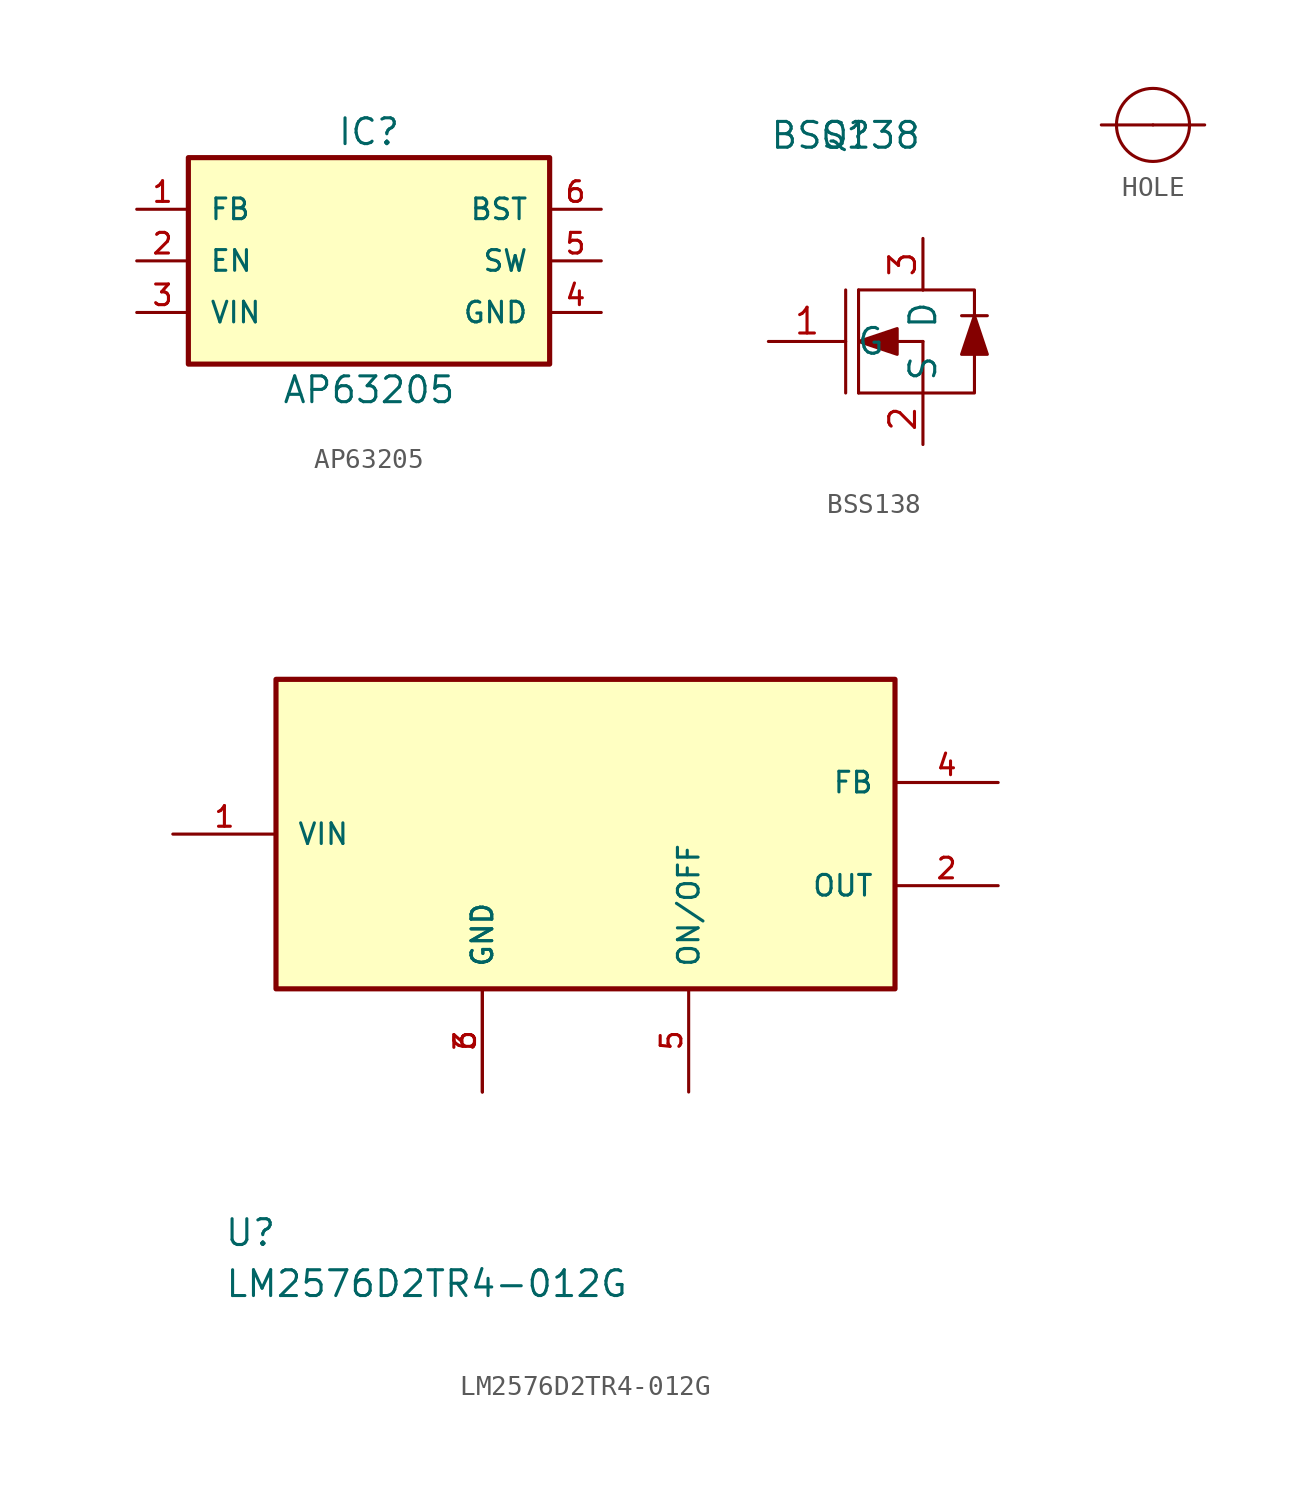
<source format=kicad_sym>
(kicad_symbol_lib
  (version 20211014)
  (generator kicad_symbol_editor)
  (symbol "AP63205"
    (pin_names
      (offset 1.016))
    (property "Reference" "IC"
      (at 0 6.35 0)
      (effects (font (size 1.27 1.27))))
    (property "Value" "AP63205"
      (at 0 -6.35 0)
      (effects (font (size 1.27 1.27))))
    (symbol "AP63205_0_0"
      (rectangle (start -8.89 -5.08) (end 8.89 5.08) (stroke (width 0.254) (type default) (color 0 0 0 0)) (fill (type background)))
      (pin bidirectional line (at -11.43 2.54 0) (length 2.54) (name "FB" (effects (font (size 1.016 1.016)))) (number "1" (effects (font (size 1.016 1.016)))))
      (pin bidirectional line (at -11.43 0 0) (length 2.54) (name "EN" (effects (font (size 1.016 1.016)))) (number "2" (effects (font (size 1.016 1.016)))))
      (pin bidirectional line (at -11.43 -2.54 0) (length 2.54) (name "VIN" (effects (font (size 1.016 1.016)))) (number "3" (effects (font (size 1.016 1.016)))))
      (pin bidirectional line (at 11.43 -2.54 180) (length 2.54) (name "GND" (effects (font (size 1.016 1.016)))) (number "4" (effects (font (size 1.016 1.016)))))
      (pin bidirectional line (at 11.43 0 180) (length 2.54) (name "SW" (effects (font (size 1.016 1.016)))) (number "5" (effects (font (size 1.016 1.016)))))
      (pin bidirectional line (at 11.43 2.54 180) (length 2.54) (name "BST" (effects (font (size 1.016 1.016)))) (number "6" (effects (font (size 1.016 1.016)))))))
  (symbol "BSS138"
    (property "Reference" "Q"
      (at 0 10.16 0)
      (effects (font (size 1.27 1.27))))
    (property "Value" "BSS138"
      (at 0 10.16 0)
      (effects (font (size 1.27 1.27))))
    (symbol "BSS138_0_1"
      (polyline (pts (xy 0 -2.54) (xy 0 2.54)) (stroke (width 0) (type default) (color 0 0 0 0)) (fill (type none)))
      (polyline (pts (xy 0.635 -2.54) (xy 3.81 -2.54)) (stroke (width 0) (type default) (color 0 0 0 0)) (fill (type none)))
      (polyline (pts (xy 3.81 0) (xy 0.635 0)) (stroke (width 0) (type default) (color 0 0 0 0)) (fill (type none)))
      (polyline (pts (xy 3.81 0) (xy 3.81 -2.54)) (stroke (width 0) (type default) (color 0 0 0 0)) (fill (type none)))
      (polyline (pts (xy 3.81 2.54) (xy 0.635 2.54)) (stroke (width 0) (type default) (color 0 0 0 0)) (fill (type none)))
      (polyline (pts (xy 6.985 1.27) (xy 5.715 1.27)) (stroke (width 0) (type default) (color 0 0 0 0)) (fill (type none)))
      (polyline (pts (xy 0.635 0) (xy 2.54 0.635) (xy 2.54 -0.635) (xy 0.635 0)) (stroke (width 0) (type default) (color 0 0 0 0)) (fill (type outline)))
      (polyline (pts (xy 3.81 -2.54) (xy 6.35 -2.54) (xy 6.35 2.54) (xy 3.81 2.54)) (stroke (width 0) (type default) (color 0 0 0 0)) (fill (type none)))
      (polyline (pts (xy 6.35 1.27) (xy 6.985 -0.635) (xy 5.715 -0.635) (xy 6.35 1.27)) (stroke (width 0) (type default) (color 0 0 0 0)) (fill (type outline))))
    (symbol "BSS138_1_1"
      (polyline (pts (xy 0.635 -2.54) (xy 0.635 2.54)) (stroke (width 0) (type default) (color 0 0 0 0)) (fill (type none)))
      (pin input line (at -3.81 0 0) (length 3.81) (name "G" (effects (font (size 1.27 1.27)))) (number "1" (effects (font (size 1.27 1.27)))))
      (pin passive line (at 3.81 -5.08 90) (length 2.54) (name "S" (effects (font (size 1.27 1.27)))) (number "2" (effects (font (size 1.27 1.27)))))
      (pin passive line (at 3.81 5.08 270) (length 2.54) (name "D" (effects (font (size 1.27 1.27)))) (number "3" (effects (font (size 1.27 1.27)))))))
  (symbol "HOLE"
    (pin_numbers hide)
    (pin_names
      (offset 0) hide)
    (property "Reference" "U"
      (at 0 2.54 0)
      (effects (font (size 1.27 1.27)) hide))
    (symbol "HOLE_0_1"
      (polyline (pts (xy 0 0) (xy -2.54 0)) (stroke (width 0) (type default) (color 0 0 0 0)) (fill (type none)))
      (circle (center 0 0) (radius 1.796) (stroke (width 0) (type default) (color 0 0 0 0)) (fill (type none))))
    (symbol "HOLE_1_1"
      (pin input line (at 0 0 0) (length 2.54) (name "1" (effects (font (size 1.27 1.27)))) (number "1" (effects (font (size 1.27 1.27)))))))
  (symbol "LM2576D2TR4-012G"
    (pin_names
      (offset 1.016))
    (property "Reference" "U"
      (at -17.805 -20.371 0)
      (effects (font (size 1.27 1.27)) (justify left bottom)))
    (property "Value" "LM2576D2TR4-012G"
      (at -17.78 -22.885 0)
      (effects (font (size 1.27 1.27)) (justify left bottom)))
    (property "ki_locked" ""
      (at 0 0 0)
      (effects (font (size 1.27 1.27))))
    (symbol "LM2576D2TR4-012G_0_0"
      (rectangle (start -15.24 -7.62) (end 15.24 7.62) (stroke (width 0.254) (type default) (color 0 0 0 0)) (fill (type background)))
      (pin input line (at -20.32 0 0) (length 5.08) (name "VIN" (effects (font (size 1.016 1.016)))) (number "1" (effects (font (size 1.016 1.016)))))
      (pin output line (at 20.32 -2.54 180) (length 5.08) (name "OUT" (effects (font (size 1.016 1.016)))) (number "2" (effects (font (size 1.016 1.016)))))
      (pin passive line (at -5.08 -12.7 90) (length 5.08) (name "GND" (effects (font (size 1.016 1.016)))) (number "3" (effects (font (size 1.016 1.016)))))
      (pin output line (at 20.32 2.54 180) (length 5.08) (name "FB" (effects (font (size 1.016 1.016)))) (number "4" (effects (font (size 1.016 1.016)))))
      (pin input line (at 5.08 -12.7 90) (length 5.08) (name "ON/OFF" (effects (font (size 1.016 1.016)))) (number "5" (effects (font (size 1.016 1.016)))))
      (pin passive line (at -5.08 -12.7 90) (length 5.08) (name "GND" (effects (font (size 1.016 1.016)))) (number "6" (effects (font (size 1.016 1.016))))))))
</source>
